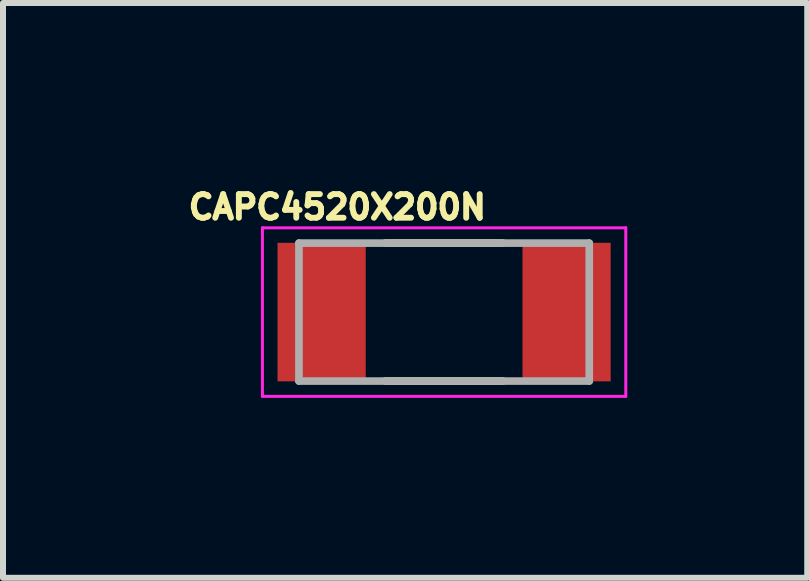
<source format=kicad_pcb>
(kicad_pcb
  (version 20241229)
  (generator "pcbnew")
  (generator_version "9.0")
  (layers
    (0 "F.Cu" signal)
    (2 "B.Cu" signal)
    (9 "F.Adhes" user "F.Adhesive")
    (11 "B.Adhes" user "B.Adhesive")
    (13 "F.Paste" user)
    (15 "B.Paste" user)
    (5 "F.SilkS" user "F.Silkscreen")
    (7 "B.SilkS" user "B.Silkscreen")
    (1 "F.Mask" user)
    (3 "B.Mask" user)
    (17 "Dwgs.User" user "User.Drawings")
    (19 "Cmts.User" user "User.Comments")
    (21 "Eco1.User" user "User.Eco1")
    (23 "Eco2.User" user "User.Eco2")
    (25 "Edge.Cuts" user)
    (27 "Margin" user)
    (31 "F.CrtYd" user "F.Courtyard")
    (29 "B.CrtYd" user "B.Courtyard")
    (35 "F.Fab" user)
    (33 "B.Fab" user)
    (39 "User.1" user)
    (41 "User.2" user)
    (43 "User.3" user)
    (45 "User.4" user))
  (footprint "CAPC4520X200N"
    (layer "F.Cu")
    (at 4.354 2.153)
    (property "Reference" "CAPC4520X200N" (at -1.78 -1.75 0) (layer "F.SilkS") (effects (font (size 0.394 0.394) (thickness 0.15))))
    (attr smd)
    (fp_line (start -0.98 -1.15) (end 0.98 -1.15) (stroke (width 0.127) (type solid)) (layer "F.SilkS"))
    (fp_line (start -0.98 1.15) (end 0.98 1.15) (stroke (width 0.127) (type solid)) (layer "F.SilkS"))
    (fp_line (start -3.029 -1.405) (end 3.029 -1.405) (stroke (width 0.05) (type solid)) (layer "F.CrtYd"))
    (fp_line (start -3.029 1.405) (end -3.029 -1.405) (stroke (width 0.05) (type solid)) (layer "F.CrtYd"))
    (fp_line (start -3.029 1.405) (end 3.029 1.405) (stroke (width 0.05) (type solid)) (layer "F.CrtYd"))
    (fp_line (start 3.029 1.405) (end 3.029 -1.405) (stroke (width 0.05) (type solid)) (layer "F.CrtYd"))
    (fp_line (start -2.42 1.15) (end -2.42 -1.15) (stroke (width 0.127) (type solid)) (layer "F.Fab"))
    (fp_line (start 2.42 -1.15) (end -2.42 -1.15) (stroke (width 0.127) (type solid)) (layer "F.Fab"))
    (fp_line (start 2.42 1.15) (end -2.42 1.15) (stroke (width 0.127) (type solid)) (layer "F.Fab"))
    (fp_line (start 2.42 1.15) (end 2.42 -1.15) (stroke (width 0.127) (type solid)) (layer "F.Fab"))
    (pad "1" smd rect (at -2.042 0) (size 1.47 2.31) (layers "F.Cu" "F.Mask" "F.Paste"))
    (pad "2" smd rect (at 2.042 0) (size 1.47 2.31) (layers "F.Cu" "F.Mask" "F.Paste")))
  (gr_rect
    (start -3 -3)
    (end 10.408 6.583)
    (stroke (width 0.1) (type default))
    (fill no)
    (layer "Edge.Cuts")))
</source>
